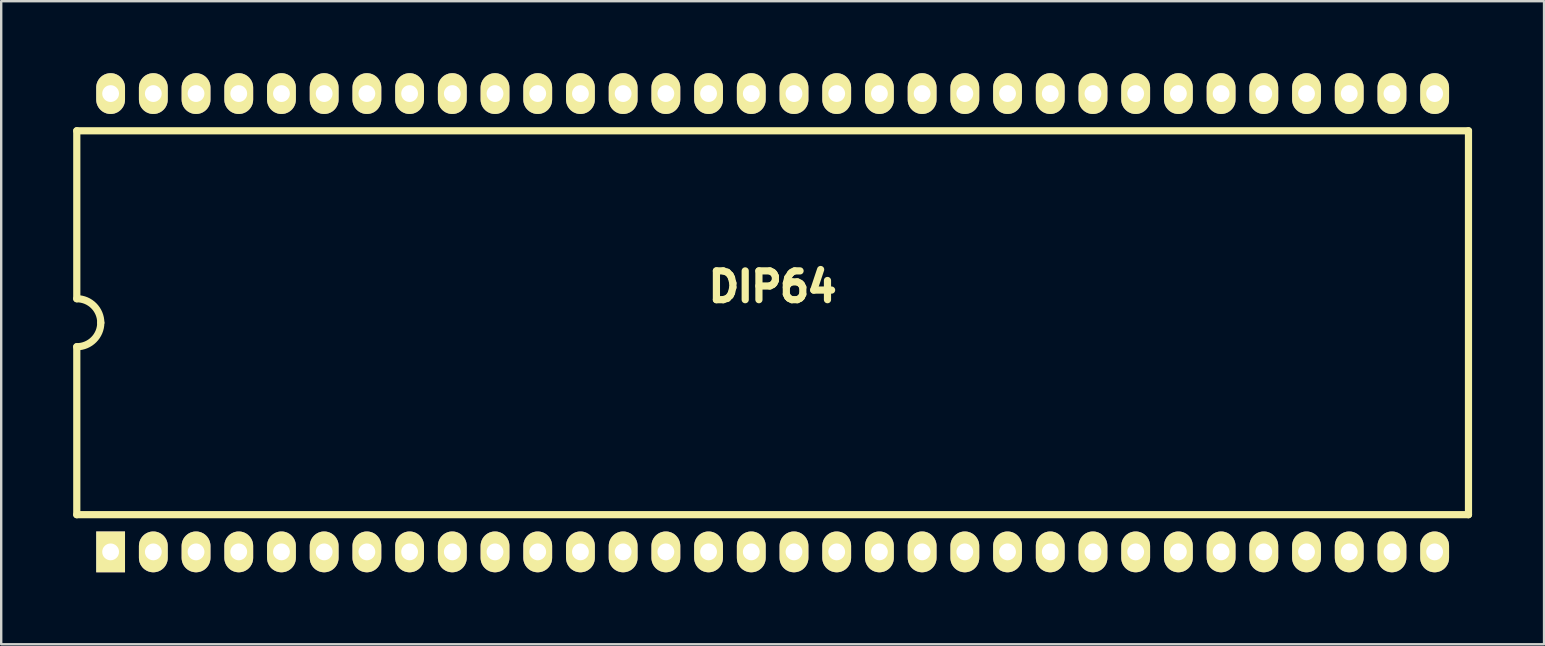
<source format=kicad_pcb>
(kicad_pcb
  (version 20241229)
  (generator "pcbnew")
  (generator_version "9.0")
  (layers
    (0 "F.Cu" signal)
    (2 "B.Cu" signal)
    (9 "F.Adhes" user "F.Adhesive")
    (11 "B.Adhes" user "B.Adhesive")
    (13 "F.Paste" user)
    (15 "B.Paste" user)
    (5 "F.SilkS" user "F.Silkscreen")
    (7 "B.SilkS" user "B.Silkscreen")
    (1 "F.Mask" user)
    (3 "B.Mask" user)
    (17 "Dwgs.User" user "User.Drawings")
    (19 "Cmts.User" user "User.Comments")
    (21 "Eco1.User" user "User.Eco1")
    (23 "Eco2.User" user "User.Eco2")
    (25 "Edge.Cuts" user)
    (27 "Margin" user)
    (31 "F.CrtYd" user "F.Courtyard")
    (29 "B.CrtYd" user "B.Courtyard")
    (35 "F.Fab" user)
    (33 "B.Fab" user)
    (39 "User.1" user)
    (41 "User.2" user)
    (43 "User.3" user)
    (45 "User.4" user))
  (footprint "DIP64"
    (layer "F.Cu")
    (at 29.15 10.4)
    (property "Reference" "DIP64" (at 0 -1.5 0) (layer "F.SilkS") (effects (font (size 1.2 1.2) (thickness 0.3))))
    (attr through_hole)
    (fp_line (start -29 -8) (end -29 -1) (stroke (width 0.3) (type solid)) (layer "F.SilkS"))
    (fp_line (start -29 1) (end -29 8) (stroke (width 0.3) (type solid)) (layer "F.SilkS"))
    (fp_line (start -29 8) (end 29 8) (stroke (width 0.3) (type solid)) (layer "F.SilkS"))
    (fp_line (start 29 -8) (end -29 -8) (stroke (width 0.3) (type solid)) (layer "F.SilkS"))
    (fp_line (start 29 8) (end 29 -8) (stroke (width 0.3) (type solid)) (layer "F.SilkS"))
    (fp_arc (start -29 -1) (mid -28.292893 -0.707107) (end -28 0) (stroke (width 0.3) (type solid)) (layer "F.SilkS"))
    (fp_arc (start -28 0) (mid -28.292893 0.707107) (end -29 1) (stroke (width 0.3) (type solid)) (layer "F.SilkS"))
    (pad "1" thru_hole rect (at -27.59 9.55) (size 1.2 1.7) (drill 0.7) (layers "*.Cu" "*.Mask" "F.SilkS"))
    (pad "2" thru_hole oval (at -25.81 9.55) (size 1.2 1.7) (drill 0.7) (layers "*.Cu" "*.Mask" "F.SilkS"))
    (pad "3" thru_hole oval (at -24.03 9.55) (size 1.2 1.7) (drill 0.7) (layers "*.Cu" "*.Mask" "F.SilkS"))
    (pad "4" thru_hole oval (at -22.25 9.55) (size 1.2 1.7) (drill 0.7) (layers "*.Cu" "*.Mask" "F.SilkS"))
    (pad "5" thru_hole oval (at -20.47 9.55) (size 1.2 1.7) (drill 0.7) (layers "*.Cu" "*.Mask" "F.SilkS"))
    (pad "6" thru_hole oval (at -18.69 9.55) (size 1.2 1.7) (drill 0.7) (layers "*.Cu" "*.Mask" "F.SilkS"))
    (pad "7" thru_hole oval (at -16.91 9.55) (size 1.2 1.7) (drill 0.7) (layers "*.Cu" "*.Mask" "F.SilkS"))
    (pad "8" thru_hole oval (at -15.13 9.55) (size 1.2 1.7) (drill 0.7) (layers "*.Cu" "*.Mask" "F.SilkS"))
    (pad "9" thru_hole oval (at -13.35 9.55) (size 1.2 1.7) (drill 0.7) (layers "*.Cu" "*.Mask" "F.SilkS"))
    (pad "10" thru_hole oval (at -11.57 9.55) (size 1.2 1.7) (drill 0.7) (layers "*.Cu" "*.Mask" "F.SilkS"))
    (pad "11" thru_hole oval (at -9.79 9.55) (size 1.2 1.7) (drill 0.7) (layers "*.Cu" "*.Mask" "F.SilkS"))
    (pad "12" thru_hole oval (at -8.01 9.55) (size 1.2 1.7) (drill 0.7) (layers "*.Cu" "*.Mask" "F.SilkS"))
    (pad "13" thru_hole oval (at -6.23 9.55) (size 1.2 1.7) (drill 0.7) (layers "*.Cu" "*.Mask" "F.SilkS"))
    (pad "14" thru_hole oval (at -4.45 9.55) (size 1.2 1.7) (drill 0.7) (layers "*.Cu" "*.Mask" "F.SilkS"))
    (pad "15" thru_hole oval (at -2.67 9.55) (size 1.2 1.7) (drill 0.7) (layers "*.Cu" "*.Mask" "F.SilkS"))
    (pad "16" thru_hole oval (at -0.89 9.55) (size 1.2 1.7) (drill 0.7) (layers "*.Cu" "*.Mask" "F.SilkS"))
    (pad "17" thru_hole oval (at 0.89 9.55) (size 1.2 1.7) (drill 0.7) (layers "*.Cu" "*.Mask" "F.SilkS"))
    (pad "18" thru_hole oval (at 2.67 9.55) (size 1.2 1.7) (drill 0.7) (layers "*.Cu" "*.Mask" "F.SilkS"))
    (pad "19" thru_hole oval (at 4.45 9.55) (size 1.2 1.7) (drill 0.7) (layers "*.Cu" "*.Mask" "F.SilkS"))
    (pad "20" thru_hole oval (at 6.23 9.55) (size 1.2 1.7) (drill 0.7) (layers "*.Cu" "*.Mask" "F.SilkS"))
    (pad "21" thru_hole oval (at 8.01 9.55) (size 1.2 1.7) (drill 0.7) (layers "*.Cu" "*.Mask" "F.SilkS"))
    (pad "22" thru_hole oval (at 9.79 9.55) (size 1.2 1.7) (drill 0.7) (layers "*.Cu" "*.Mask" "F.SilkS"))
    (pad "23" thru_hole oval (at 11.57 9.55) (size 1.2 1.7) (drill 0.7) (layers "*.Cu" "*.Mask" "F.SilkS"))
    (pad "24" thru_hole oval (at 13.35 9.55) (size 1.2 1.7) (drill 0.7) (layers "*.Cu" "*.Mask" "F.SilkS"))
    (pad "25" thru_hole oval (at 15.13 9.55) (size 1.2 1.7) (drill 0.7) (layers "*.Cu" "*.Mask" "F.SilkS"))
    (pad "26" thru_hole oval (at 16.91 9.55) (size 1.2 1.7) (drill 0.7) (layers "*.Cu" "*.Mask" "F.SilkS"))
    (pad "27" thru_hole oval (at 18.69 9.55) (size 1.2 1.7) (drill 0.7) (layers "*.Cu" "*.Mask" "F.SilkS"))
    (pad "28" thru_hole oval (at 20.47 9.55) (size 1.2 1.7) (drill 0.7) (layers "*.Cu" "*.Mask" "F.SilkS"))
    (pad "29" thru_hole oval (at 22.25 9.55) (size 1.2 1.7) (drill 0.7) (layers "*.Cu" "*.Mask" "F.SilkS"))
    (pad "30" thru_hole oval (at 24.03 9.55) (size 1.2 1.7) (drill 0.7) (layers "*.Cu" "*.Mask" "F.SilkS"))
    (pad "31" thru_hole oval (at 25.81 9.55) (size 1.2 1.7) (drill 0.7) (layers "*.Cu" "*.Mask" "F.SilkS"))
    (pad "32" thru_hole oval (at 27.59 9.55) (size 1.2 1.7) (drill 0.7) (layers "*.Cu" "*.Mask" "F.SilkS"))
    (pad "33" thru_hole oval (at 27.59 -9.55) (size 1.2 1.7) (drill 0.7) (layers "*.Cu" "*.Mask" "F.SilkS"))
    (pad "34" thru_hole oval (at 25.81 -9.55) (size 1.2 1.7) (drill 0.7) (layers "*.Cu" "*.Mask" "F.SilkS"))
    (pad "35" thru_hole oval (at 24.03 -9.55) (size 1.2 1.7) (drill 0.7) (layers "*.Cu" "*.Mask" "F.SilkS"))
    (pad "36" thru_hole oval (at 22.25 -9.55) (size 1.2 1.7) (drill 0.7) (layers "*.Cu" "*.Mask" "F.SilkS"))
    (pad "37" thru_hole oval (at 20.47 -9.55) (size 1.2 1.7) (drill 0.7) (layers "*.Cu" "*.Mask" "F.SilkS"))
    (pad "38" thru_hole oval (at 18.69 -9.55) (size 1.2 1.7) (drill 0.7) (layers "*.Cu" "*.Mask" "F.SilkS"))
    (pad "39" thru_hole oval (at 16.91 -9.55) (size 1.2 1.7) (drill 0.7) (layers "*.Cu" "*.Mask" "F.SilkS"))
    (pad "40" thru_hole oval (at 15.13 -9.55) (size 1.2 1.7) (drill 0.7) (layers "*.Cu" "*.Mask" "F.SilkS"))
    (pad "41" thru_hole oval (at 13.35 -9.55) (size 1.2 1.7) (drill 0.7) (layers "*.Cu" "*.Mask" "F.SilkS"))
    (pad "42" thru_hole oval (at 11.57 -9.55) (size 1.2 1.7) (drill 0.7) (layers "*.Cu" "*.Mask" "F.SilkS"))
    (pad "43" thru_hole oval (at 9.79 -9.55) (size 1.2 1.7) (drill 0.7) (layers "*.Cu" "*.Mask" "F.SilkS"))
    (pad "44" thru_hole oval (at 8.01 -9.55) (size 1.2 1.7) (drill 0.7) (layers "*.Cu" "*.Mask" "F.SilkS"))
    (pad "45" thru_hole oval (at 6.23 -9.55) (size 1.2 1.7) (drill 0.7) (layers "*.Cu" "*.Mask" "F.SilkS"))
    (pad "46" thru_hole oval (at 4.45 -9.55) (size 1.2 1.7) (drill 0.7) (layers "*.Cu" "*.Mask" "F.SilkS"))
    (pad "47" thru_hole oval (at 2.67 -9.55) (size 1.2 1.7) (drill 0.7) (layers "*.Cu" "*.Mask" "F.SilkS"))
    (pad "48" thru_hole oval (at 0.89 -9.55) (size 1.2 1.7) (drill 0.7) (layers "*.Cu" "*.Mask" "F.SilkS"))
    (pad "49" thru_hole oval (at -0.89 -9.55) (size 1.2 1.7) (drill 0.7) (layers "*.Cu" "*.Mask" "F.SilkS"))
    (pad "50" thru_hole oval (at -2.67 -9.55) (size 1.2 1.7) (drill 0.7) (layers "*.Cu" "*.Mask" "F.SilkS"))
    (pad "51" thru_hole oval (at -4.45 -9.55) (size 1.2 1.7) (drill 0.7) (layers "*.Cu" "*.Mask" "F.SilkS"))
    (pad "52" thru_hole oval (at -6.23 -9.55) (size 1.2 1.7) (drill 0.7) (layers "*.Cu" "*.Mask" "F.SilkS"))
    (pad "53" thru_hole oval (at -8.01 -9.55) (size 1.2 1.7) (drill 0.7) (layers "*.Cu" "*.Mask" "F.SilkS"))
    (pad "54" thru_hole oval (at -9.79 -9.55) (size 1.2 1.7) (drill 0.7) (layers "*.Cu" "*.Mask" "F.SilkS"))
    (pad "55" thru_hole oval (at -11.57 -9.55) (size 1.2 1.7) (drill 0.7) (layers "*.Cu" "*.Mask" "F.SilkS"))
    (pad "56" thru_hole oval (at -13.35 -9.55) (size 1.2 1.7) (drill 0.7) (layers "*.Cu" "*.Mask" "F.SilkS"))
    (pad "57" thru_hole oval (at -15.13 -9.55) (size 1.2 1.7) (drill 0.7) (layers "*.Cu" "*.Mask" "F.SilkS"))
    (pad "58" thru_hole oval (at -16.91 -9.55) (size 1.2 1.7) (drill 0.7) (layers "*.Cu" "*.Mask" "F.SilkS"))
    (pad "59" thru_hole oval (at -18.69 -9.55) (size 1.2 1.7) (drill 0.7) (layers "*.Cu" "*.Mask" "F.SilkS"))
    (pad "60" thru_hole oval (at -20.47 -9.55) (size 1.2 1.7) (drill 0.7) (layers "*.Cu" "*.Mask" "F.SilkS"))
    (pad "61" thru_hole oval (at -22.25 -9.55) (size 1.2 1.7) (drill 0.7) (layers "*.Cu" "*.Mask" "F.SilkS"))
    (pad "62" thru_hole oval (at -24.03 -9.55) (size 1.2 1.7) (drill 0.7) (layers "*.Cu" "*.Mask" "F.SilkS"))
    (pad "63" thru_hole oval (at -25.81 -9.55) (size 1.2 1.7) (drill 0.7) (layers "*.Cu" "*.Mask" "F.SilkS"))
    (pad "64" thru_hole oval (at -27.59 -9.55) (size 1.2 1.7) (drill 0.7) (layers "*.Cu" "*.Mask" "F.SilkS")))
  (gr_rect
    (start -3 -3)
    (end 61.3 23.801)
    (stroke (width 0.1) (type default))
    (fill no)
    (layer "Edge.Cuts")))
</source>
